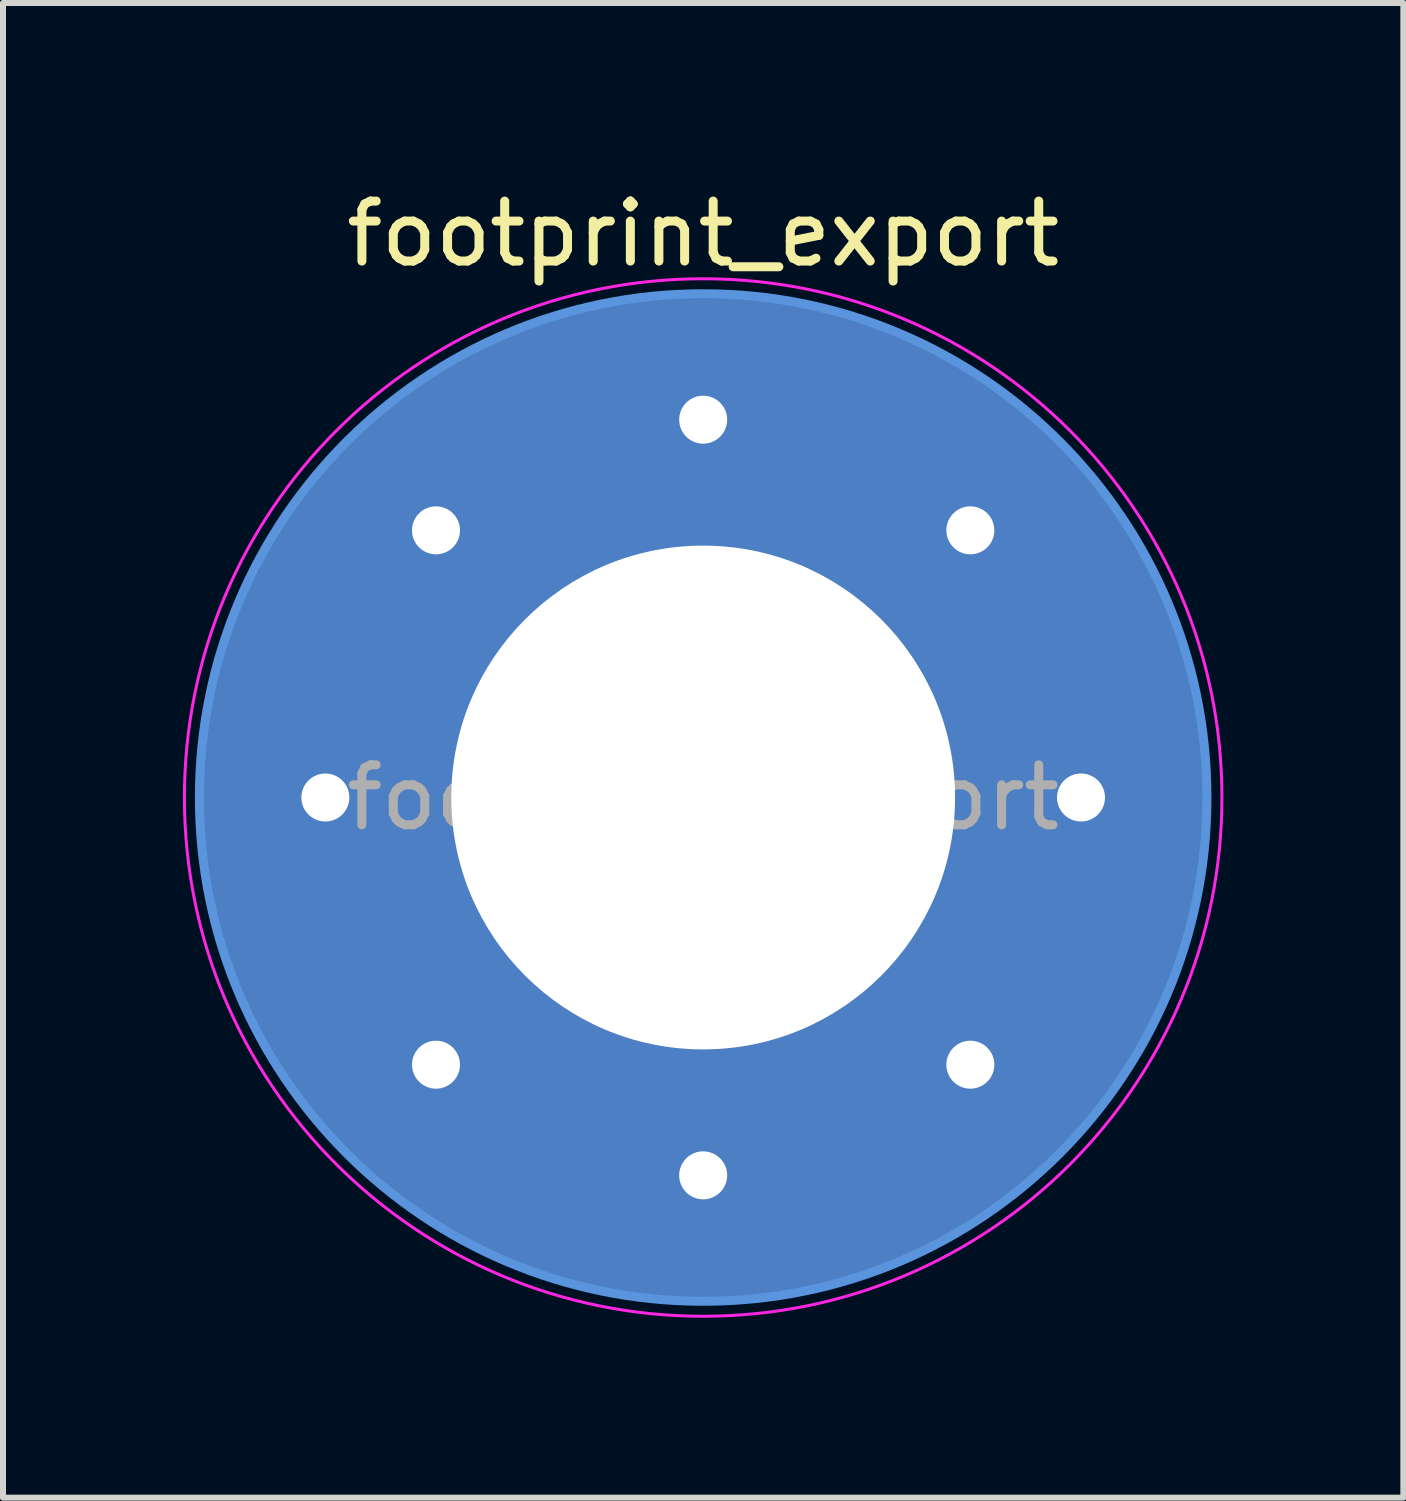
<source format=kicad_pcb>
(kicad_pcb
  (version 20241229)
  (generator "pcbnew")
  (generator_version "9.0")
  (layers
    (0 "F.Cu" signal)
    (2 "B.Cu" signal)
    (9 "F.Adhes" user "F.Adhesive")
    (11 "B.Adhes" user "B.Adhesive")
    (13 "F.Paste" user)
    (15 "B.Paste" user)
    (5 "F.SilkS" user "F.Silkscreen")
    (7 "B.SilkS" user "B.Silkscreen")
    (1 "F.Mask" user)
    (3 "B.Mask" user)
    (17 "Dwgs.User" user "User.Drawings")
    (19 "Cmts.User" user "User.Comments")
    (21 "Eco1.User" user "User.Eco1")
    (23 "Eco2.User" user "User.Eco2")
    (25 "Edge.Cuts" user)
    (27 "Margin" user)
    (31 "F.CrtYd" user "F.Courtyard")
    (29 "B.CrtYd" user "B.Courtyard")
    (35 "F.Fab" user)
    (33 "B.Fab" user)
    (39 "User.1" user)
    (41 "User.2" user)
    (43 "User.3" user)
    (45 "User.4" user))
  (footprint "footprint_export"
    (layer "F.Cu")
    (at 8.675 10.248)
    (property "Reference" "footprint_export" (at 0 -9.4 0) (layer "F.SilkS") (effects (font (size 1 1) (thickness 0.15))))
    (attr exclude_from_pos_files exclude_from_bom)
    (fp_circle (center 0 0) (end 8.4 0) (stroke (width 0.15) (type solid)) (fill no) (layer "Cmts.User"))
    (fp_circle (center 0 0) (end 8.65 0) (stroke (width 0.05) (type solid)) (fill no) (layer "F.CrtYd"))
    (fp_text user "${REFERENCE}" (at 0 0 0) (layer "F.Fab") (effects (font (size 1 1) (thickness 0.15))))
    (pad "1" thru_hole circle (at -6.3 0) (size 1.1 1.1) (drill 0.8) (layers "*.Cu" "*.Mask"))
    (pad "1" thru_hole circle (at -4.455 -4.455) (size 1.1 1.1) (drill 0.8) (layers "*.Cu" "*.Mask"))
    (pad "1" thru_hole circle (at -4.455 4.455) (size 1.1 1.1) (drill 0.8) (layers "*.Cu" "*.Mask"))
    (pad "1" thru_hole circle (at 0 -6.3) (size 1.1 1.1) (drill 0.8) (layers "*.Cu" "*.Mask"))
    (pad "1" thru_hole circle (at 0 0) (size 16.8 16.8) (drill 8.4) (layers "*.Cu" "*.Mask"))
    (pad "1" thru_hole circle (at 0 6.3) (size 1.1 1.1) (drill 0.8) (layers "*.Cu" "*.Mask"))
    (pad "1" thru_hole circle (at 4.455 -4.455) (size 1.1 1.1) (drill 0.8) (layers "*.Cu" "*.Mask"))
    (pad "1" thru_hole circle (at 4.455 4.455) (size 1.1 1.1) (drill 0.8) (layers "*.Cu" "*.Mask"))
    (pad "1" thru_hole circle (at 6.3 0) (size 1.1 1.1) (drill 0.8) (layers "*.Cu" "*.Mask")))
  (gr_rect
    (start -3 -3)
    (end 20.35 21.923)
    (stroke (width 0.1) (type default))
    (fill no)
    (layer "Edge.Cuts")))
</source>
